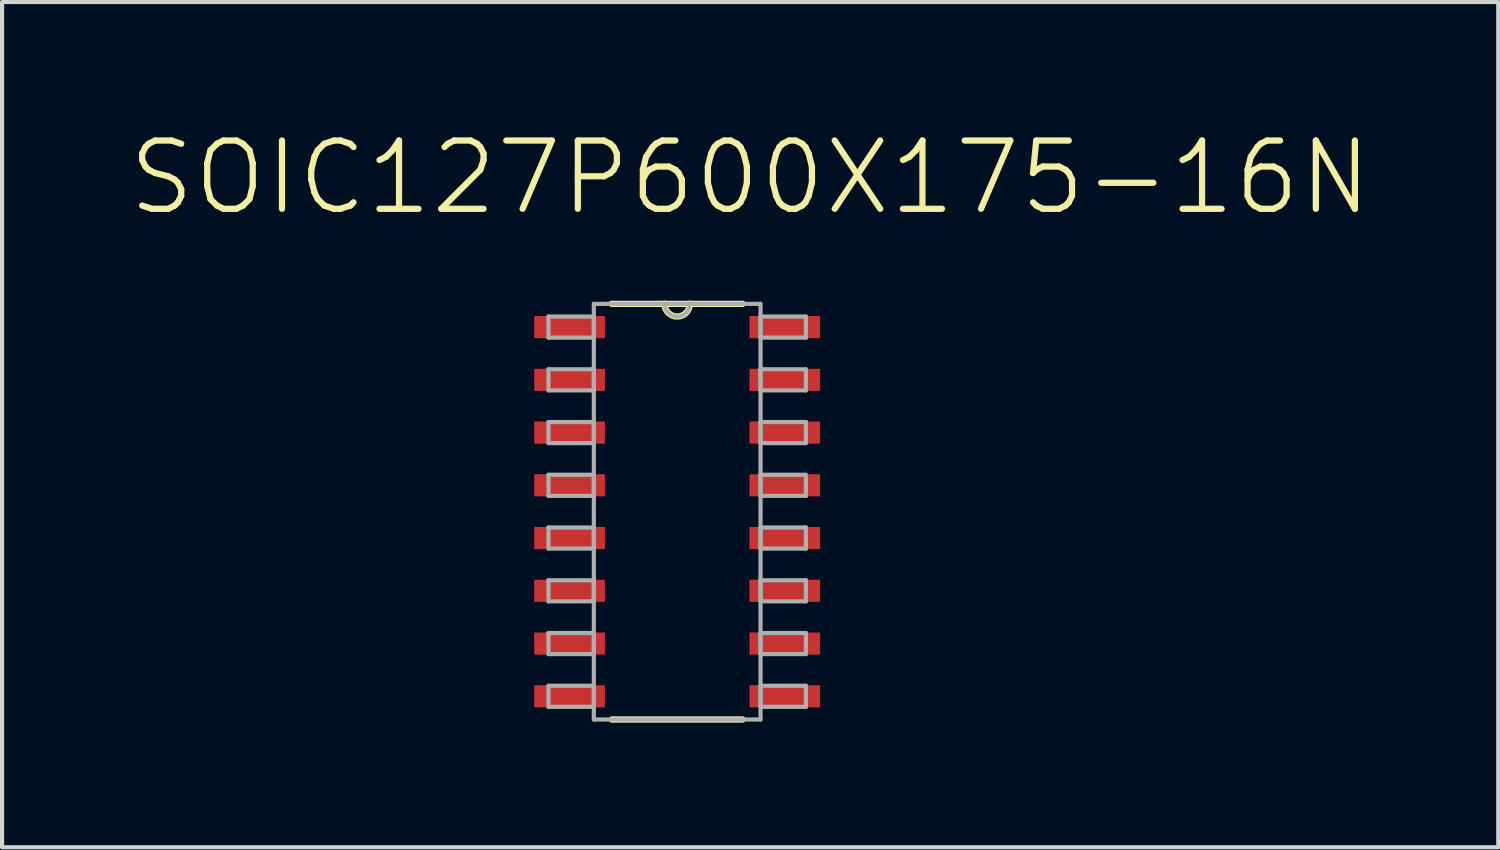
<source format=kicad_pcb>
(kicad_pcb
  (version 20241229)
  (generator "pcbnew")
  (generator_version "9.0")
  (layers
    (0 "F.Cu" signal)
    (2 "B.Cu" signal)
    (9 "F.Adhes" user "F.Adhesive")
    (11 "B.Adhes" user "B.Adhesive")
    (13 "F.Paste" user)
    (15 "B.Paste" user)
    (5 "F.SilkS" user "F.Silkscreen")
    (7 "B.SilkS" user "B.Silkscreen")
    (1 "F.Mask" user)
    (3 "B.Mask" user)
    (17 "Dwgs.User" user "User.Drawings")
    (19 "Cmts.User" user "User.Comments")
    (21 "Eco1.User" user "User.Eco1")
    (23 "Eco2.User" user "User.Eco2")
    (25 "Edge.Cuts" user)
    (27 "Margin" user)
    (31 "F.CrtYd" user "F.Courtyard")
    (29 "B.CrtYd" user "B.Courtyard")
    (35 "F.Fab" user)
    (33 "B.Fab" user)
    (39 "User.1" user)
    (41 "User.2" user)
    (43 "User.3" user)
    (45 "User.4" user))
  (footprint "SOIC127P600X175-16N"
    (layer "F.Cu")
    (at 13.256 9.271)
    (property "Reference" "SOIC127P600X175-16N" (at 1.757 -8.046 0) (layer "F.SilkS") (effects (font (size 1.644 1.644) (thickness 0.15))))
    (attr smd)
    (fp_line (start -1.575 5.004) (end 1.575 5.004) (stroke (width 0.152) (type solid)) (layer "F.SilkS"))
    (fp_line (start -0.305 -5.004) (end -1.575 -5.004) (stroke (width 0.152) (type solid)) (layer "F.SilkS"))
    (fp_line (start 0.305 -5.004) (end -0.305 -5.004) (stroke (width 0.152) (type solid)) (layer "F.SilkS"))
    (fp_line (start 1.575 -5.004) (end 0.305 -5.004) (stroke (width 0.152) (type solid)) (layer "F.SilkS"))
    (fp_arc (start 0.3048 -5.0038) (mid 0 -4.699) (end -0.3048 -5.0038) (stroke (width 0.1524) (type solid)) (layer "F.SilkS"))
    (fp_line (start -3.099 -4.699) (end -3.099 -4.191) (stroke (width 0.1) (type solid)) (layer "F.Fab"))
    (fp_line (start -3.099 -4.191) (end -2.007 -4.191) (stroke (width 0.1) (type solid)) (layer "F.Fab"))
    (fp_line (start -3.099 -3.429) (end -3.099 -2.921) (stroke (width 0.1) (type solid)) (layer "F.Fab"))
    (fp_line (start -3.099 -2.921) (end -2.007 -2.921) (stroke (width 0.1) (type solid)) (layer "F.Fab"))
    (fp_line (start -3.099 -2.159) (end -3.099 -1.651) (stroke (width 0.1) (type solid)) (layer "F.Fab"))
    (fp_line (start -3.099 -1.651) (end -2.007 -1.651) (stroke (width 0.1) (type solid)) (layer "F.Fab"))
    (fp_line (start -3.099 -0.889) (end -3.099 -0.381) (stroke (width 0.1) (type solid)) (layer "F.Fab"))
    (fp_line (start -3.099 -0.381) (end -2.007 -0.381) (stroke (width 0.1) (type solid)) (layer "F.Fab"))
    (fp_line (start -3.099 0.381) (end -3.099 0.889) (stroke (width 0.1) (type solid)) (layer "F.Fab"))
    (fp_line (start -3.099 0.889) (end -2.007 0.889) (stroke (width 0.1) (type solid)) (layer "F.Fab"))
    (fp_line (start -3.099 1.651) (end -3.099 2.159) (stroke (width 0.1) (type solid)) (layer "F.Fab"))
    (fp_line (start -3.099 2.159) (end -2.007 2.159) (stroke (width 0.1) (type solid)) (layer "F.Fab"))
    (fp_line (start -3.099 2.921) (end -3.099 3.429) (stroke (width 0.1) (type solid)) (layer "F.Fab"))
    (fp_line (start -3.099 3.429) (end -2.007 3.429) (stroke (width 0.1) (type solid)) (layer "F.Fab"))
    (fp_line (start -3.099 4.191) (end -3.099 4.699) (stroke (width 0.1) (type solid)) (layer "F.Fab"))
    (fp_line (start -3.099 4.699) (end -2.007 4.699) (stroke (width 0.1) (type solid)) (layer "F.Fab"))
    (fp_line (start -2.007 -5.004) (end -2.007 5.004) (stroke (width 0.1) (type solid)) (layer "F.Fab"))
    (fp_line (start -2.007 -4.699) (end -3.099 -4.699) (stroke (width 0.1) (type solid)) (layer "F.Fab"))
    (fp_line (start -2.007 -4.191) (end -2.007 -4.699) (stroke (width 0.1) (type solid)) (layer "F.Fab"))
    (fp_line (start -2.007 -3.429) (end -3.099 -3.429) (stroke (width 0.1) (type solid)) (layer "F.Fab"))
    (fp_line (start -2.007 -2.921) (end -2.007 -3.429) (stroke (width 0.1) (type solid)) (layer "F.Fab"))
    (fp_line (start -2.007 -2.159) (end -3.099 -2.159) (stroke (width 0.1) (type solid)) (layer "F.Fab"))
    (fp_line (start -2.007 -1.651) (end -2.007 -2.159) (stroke (width 0.1) (type solid)) (layer "F.Fab"))
    (fp_line (start -2.007 -0.889) (end -3.099 -0.889) (stroke (width 0.1) (type solid)) (layer "F.Fab"))
    (fp_line (start -2.007 -0.381) (end -2.007 -0.889) (stroke (width 0.1) (type solid)) (layer "F.Fab"))
    (fp_line (start -2.007 0.381) (end -3.099 0.381) (stroke (width 0.1) (type solid)) (layer "F.Fab"))
    (fp_line (start -2.007 0.889) (end -2.007 0.381) (stroke (width 0.1) (type solid)) (layer "F.Fab"))
    (fp_line (start -2.007 1.651) (end -3.099 1.651) (stroke (width 0.1) (type solid)) (layer "F.Fab"))
    (fp_line (start -2.007 2.159) (end -2.007 1.651) (stroke (width 0.1) (type solid)) (layer "F.Fab"))
    (fp_line (start -2.007 2.921) (end -3.099 2.921) (stroke (width 0.1) (type solid)) (layer "F.Fab"))
    (fp_line (start -2.007 3.429) (end -2.007 2.921) (stroke (width 0.1) (type solid)) (layer "F.Fab"))
    (fp_line (start -2.007 4.191) (end -3.099 4.191) (stroke (width 0.1) (type solid)) (layer "F.Fab"))
    (fp_line (start -2.007 4.699) (end -2.007 4.191) (stroke (width 0.1) (type solid)) (layer "F.Fab"))
    (fp_line (start -2.007 5.004) (end 2.007 5.004) (stroke (width 0.1) (type solid)) (layer "F.Fab"))
    (fp_line (start -0.305 -5.004) (end -2.007 -5.004) (stroke (width 0.1) (type solid)) (layer "F.Fab"))
    (fp_line (start 0.305 -5.004) (end -0.305 -5.004) (stroke (width 0.1) (type solid)) (layer "F.Fab"))
    (fp_line (start 2.007 -5.004) (end 0.305 -5.004) (stroke (width 0.1) (type solid)) (layer "F.Fab"))
    (fp_line (start 2.007 -4.699) (end 2.007 -4.191) (stroke (width 0.1) (type solid)) (layer "F.Fab"))
    (fp_line (start 2.007 -4.191) (end 3.099 -4.191) (stroke (width 0.1) (type solid)) (layer "F.Fab"))
    (fp_line (start 2.007 -3.429) (end 2.007 -2.921) (stroke (width 0.1) (type solid)) (layer "F.Fab"))
    (fp_line (start 2.007 -2.921) (end 3.099 -2.921) (stroke (width 0.1) (type solid)) (layer "F.Fab"))
    (fp_line (start 2.007 -2.159) (end 2.007 -1.651) (stroke (width 0.1) (type solid)) (layer "F.Fab"))
    (fp_line (start 2.007 -1.651) (end 3.099 -1.651) (stroke (width 0.1) (type solid)) (layer "F.Fab"))
    (fp_line (start 2.007 -0.889) (end 2.007 -0.381) (stroke (width 0.1) (type solid)) (layer "F.Fab"))
    (fp_line (start 2.007 -0.381) (end 3.099 -0.381) (stroke (width 0.1) (type solid)) (layer "F.Fab"))
    (fp_line (start 2.007 0.381) (end 2.007 0.889) (stroke (width 0.1) (type solid)) (layer "F.Fab"))
    (fp_line (start 2.007 0.889) (end 3.099 0.889) (stroke (width 0.1) (type solid)) (layer "F.Fab"))
    (fp_line (start 2.007 1.651) (end 2.007 2.159) (stroke (width 0.1) (type solid)) (layer "F.Fab"))
    (fp_line (start 2.007 2.159) (end 3.099 2.159) (stroke (width 0.1) (type solid)) (layer "F.Fab"))
    (fp_line (start 2.007 2.921) (end 2.007 3.429) (stroke (width 0.1) (type solid)) (layer "F.Fab"))
    (fp_line (start 2.007 3.429) (end 3.099 3.429) (stroke (width 0.1) (type solid)) (layer "F.Fab"))
    (fp_line (start 2.007 4.191) (end 2.007 4.699) (stroke (width 0.1) (type solid)) (layer "F.Fab"))
    (fp_line (start 2.007 4.699) (end 3.099 4.699) (stroke (width 0.1) (type solid)) (layer "F.Fab"))
    (fp_line (start 2.007 5.004) (end 2.007 -5.004) (stroke (width 0.1) (type solid)) (layer "F.Fab"))
    (fp_line (start 3.099 -4.699) (end 2.007 -4.699) (stroke (width 0.1) (type solid)) (layer "F.Fab"))
    (fp_line (start 3.099 -4.191) (end 3.099 -4.699) (stroke (width 0.1) (type solid)) (layer "F.Fab"))
    (fp_line (start 3.099 -3.429) (end 2.007 -3.429) (stroke (width 0.1) (type solid)) (layer "F.Fab"))
    (fp_line (start 3.099 -2.921) (end 3.099 -3.429) (stroke (width 0.1) (type solid)) (layer "F.Fab"))
    (fp_line (start 3.099 -2.159) (end 2.007 -2.159) (stroke (width 0.1) (type solid)) (layer "F.Fab"))
    (fp_line (start 3.099 -1.651) (end 3.099 -2.159) (stroke (width 0.1) (type solid)) (layer "F.Fab"))
    (fp_line (start 3.099 -0.889) (end 2.007 -0.889) (stroke (width 0.1) (type solid)) (layer "F.Fab"))
    (fp_line (start 3.099 -0.381) (end 3.099 -0.889) (stroke (width 0.1) (type solid)) (layer "F.Fab"))
    (fp_line (start 3.099 0.381) (end 2.007 0.381) (stroke (width 0.1) (type solid)) (layer "F.Fab"))
    (fp_line (start 3.099 0.889) (end 3.099 0.381) (stroke (width 0.1) (type solid)) (layer "F.Fab"))
    (fp_line (start 3.099 1.651) (end 2.007 1.651) (stroke (width 0.1) (type solid)) (layer "F.Fab"))
    (fp_line (start 3.099 2.159) (end 3.099 1.651) (stroke (width 0.1) (type solid)) (layer "F.Fab"))
    (fp_line (start 3.099 2.921) (end 2.007 2.921) (stroke (width 0.1) (type solid)) (layer "F.Fab"))
    (fp_line (start 3.099 3.429) (end 3.099 2.921) (stroke (width 0.1) (type solid)) (layer "F.Fab"))
    (fp_line (start 3.099 4.191) (end 2.007 4.191) (stroke (width 0.1) (type solid)) (layer "F.Fab"))
    (fp_line (start 3.099 4.699) (end 3.099 4.191) (stroke (width 0.1) (type solid)) (layer "F.Fab"))
    (fp_arc (start 0.3048 -5.0038) (mid 0 -4.699) (end -0.3048 -5.0038) (stroke (width 0.1) (type solid)) (layer "F.Fab"))
    (pad "1" smd rect (at -2.591 -4.445) (size 1.702 0.533) (layers "F.Cu" "F.Mask" "F.Paste"))
    (pad "2" smd rect (at -2.591 -3.175) (size 1.702 0.533) (layers "F.Cu" "F.Mask" "F.Paste"))
    (pad "3" smd rect (at -2.591 -1.905) (size 1.702 0.533) (layers "F.Cu" "F.Mask" "F.Paste"))
    (pad "4" smd rect (at -2.591 -0.635) (size 1.702 0.533) (layers "F.Cu" "F.Mask" "F.Paste"))
    (pad "5" smd rect (at -2.591 0.635) (size 1.702 0.533) (layers "F.Cu" "F.Mask" "F.Paste"))
    (pad "6" smd rect (at -2.591 1.905) (size 1.702 0.533) (layers "F.Cu" "F.Mask" "F.Paste"))
    (pad "7" smd rect (at -2.591 3.175) (size 1.702 0.533) (layers "F.Cu" "F.Mask" "F.Paste"))
    (pad "8" smd rect (at -2.591 4.445) (size 1.702 0.533) (layers "F.Cu" "F.Mask" "F.Paste"))
    (pad "9" smd rect (at 2.591 4.445) (size 1.702 0.533) (layers "F.Cu" "F.Mask" "F.Paste"))
    (pad "10" smd rect (at 2.591 3.175) (size 1.702 0.533) (layers "F.Cu" "F.Mask" "F.Paste"))
    (pad "11" smd rect (at 2.591 1.905) (size 1.702 0.533) (layers "F.Cu" "F.Mask" "F.Paste"))
    (pad "12" smd rect (at 2.591 0.635) (size 1.702 0.533) (layers "F.Cu" "F.Mask" "F.Paste"))
    (pad "13" smd rect (at 2.591 -0.635) (size 1.702 0.533) (layers "F.Cu" "F.Mask" "F.Paste"))
    (pad "14" smd rect (at 2.591 -1.905) (size 1.702 0.533) (layers "F.Cu" "F.Mask" "F.Paste"))
    (pad "15" smd rect (at 2.591 -3.175) (size 1.702 0.533) (layers "F.Cu" "F.Mask" "F.Paste"))
    (pad "16" smd rect (at 2.591 -4.445) (size 1.702 0.533) (layers "F.Cu" "F.Mask" "F.Paste")))
  (gr_rect
    (start -3 -3)
    (end 33.027 17.351)
    (stroke (width 0.1) (type default))
    (fill no)
    (layer "Edge.Cuts")))
</source>
